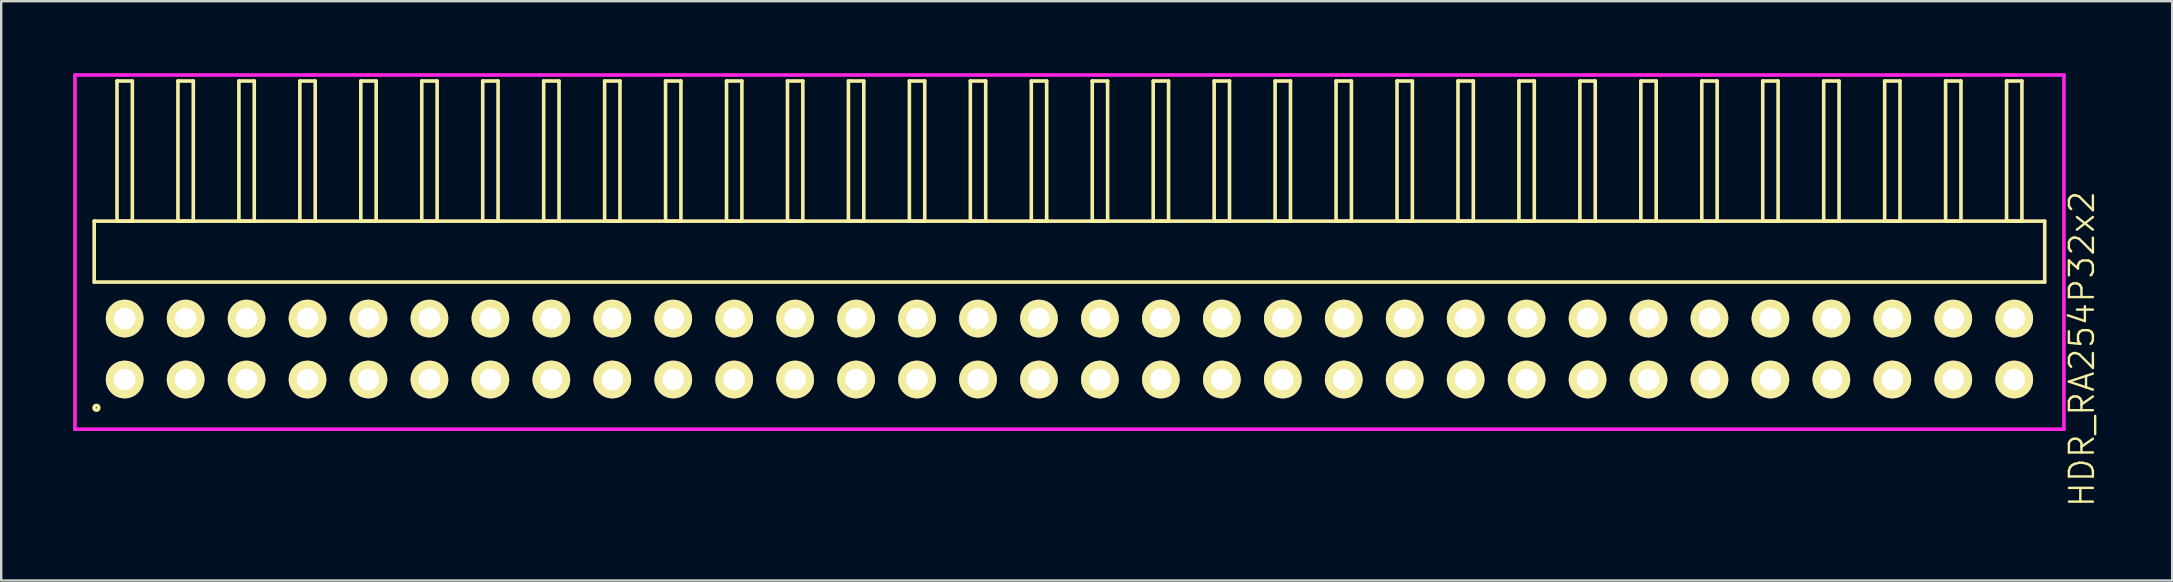
<source format=kicad_pcb>
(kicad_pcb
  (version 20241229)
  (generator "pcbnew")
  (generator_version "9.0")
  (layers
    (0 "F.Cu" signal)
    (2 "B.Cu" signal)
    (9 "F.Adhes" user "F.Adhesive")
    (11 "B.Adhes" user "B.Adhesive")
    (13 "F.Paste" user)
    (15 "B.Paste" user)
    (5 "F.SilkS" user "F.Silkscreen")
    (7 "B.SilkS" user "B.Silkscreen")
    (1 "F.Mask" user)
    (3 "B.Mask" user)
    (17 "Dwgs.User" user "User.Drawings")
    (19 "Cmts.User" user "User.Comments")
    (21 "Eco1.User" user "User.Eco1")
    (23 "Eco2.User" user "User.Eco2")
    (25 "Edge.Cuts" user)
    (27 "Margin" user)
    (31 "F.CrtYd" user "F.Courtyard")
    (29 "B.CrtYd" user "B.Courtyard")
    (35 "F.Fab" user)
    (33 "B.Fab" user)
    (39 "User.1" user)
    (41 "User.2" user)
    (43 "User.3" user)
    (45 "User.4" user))
  (footprint "HDR_RA254P32x2"
    (layer "F.Cu")
    (at 41.515 11.495)
    (property "Reference" "HDR_RA254P32x2" (at 42.19 0 90) (layer "F.SilkS") (effects (font (size 1 1) (thickness 0.1))))
    (attr through_hole)
    (fp_line (start -40.64 -5.33) (end -40.64 -2.79) (stroke (width 0.15) (type solid)) (layer "F.SilkS"))
    (fp_line (start -40.64 -2.79) (end 40.64 -2.79) (stroke (width 0.15) (type solid)) (layer "F.SilkS"))
    (fp_line (start -39.69 -11.17) (end -39.69 -5.33) (stroke (width 0.15) (type solid)) (layer "F.SilkS"))
    (fp_line (start -39.69 -5.33) (end -39.05 -5.33) (stroke (width 0.15) (type solid)) (layer "F.SilkS"))
    (fp_line (start -39.05 -11.17) (end -39.69 -11.17) (stroke (width 0.15) (type solid)) (layer "F.SilkS"))
    (fp_line (start -39.05 -5.33) (end -39.05 -11.17) (stroke (width 0.15) (type solid)) (layer "F.SilkS"))
    (fp_line (start -37.15 -11.17) (end -37.15 -5.33) (stroke (width 0.15) (type solid)) (layer "F.SilkS"))
    (fp_line (start -37.15 -5.33) (end -36.51 -5.33) (stroke (width 0.15) (type solid)) (layer "F.SilkS"))
    (fp_line (start -36.51 -11.17) (end -37.15 -11.17) (stroke (width 0.15) (type solid)) (layer "F.SilkS"))
    (fp_line (start -36.51 -5.33) (end -36.51 -11.17) (stroke (width 0.15) (type solid)) (layer "F.SilkS"))
    (fp_line (start -34.61 -11.17) (end -34.61 -5.33) (stroke (width 0.15) (type solid)) (layer "F.SilkS"))
    (fp_line (start -34.61 -5.33) (end -33.97 -5.33) (stroke (width 0.15) (type solid)) (layer "F.SilkS"))
    (fp_line (start -33.97 -11.17) (end -34.61 -11.17) (stroke (width 0.15) (type solid)) (layer "F.SilkS"))
    (fp_line (start -33.97 -5.33) (end -33.97 -11.17) (stroke (width 0.15) (type solid)) (layer "F.SilkS"))
    (fp_line (start -32.07 -11.17) (end -32.07 -5.33) (stroke (width 0.15) (type solid)) (layer "F.SilkS"))
    (fp_line (start -32.07 -5.33) (end -31.43 -5.33) (stroke (width 0.15) (type solid)) (layer "F.SilkS"))
    (fp_line (start -31.43 -11.17) (end -32.07 -11.17) (stroke (width 0.15) (type solid)) (layer "F.SilkS"))
    (fp_line (start -31.43 -5.33) (end -31.43 -11.17) (stroke (width 0.15) (type solid)) (layer "F.SilkS"))
    (fp_line (start -29.53 -11.17) (end -29.53 -5.33) (stroke (width 0.15) (type solid)) (layer "F.SilkS"))
    (fp_line (start -29.53 -5.33) (end -28.89 -5.33) (stroke (width 0.15) (type solid)) (layer "F.SilkS"))
    (fp_line (start -28.89 -11.17) (end -29.53 -11.17) (stroke (width 0.15) (type solid)) (layer "F.SilkS"))
    (fp_line (start -28.89 -5.33) (end -28.89 -11.17) (stroke (width 0.15) (type solid)) (layer "F.SilkS"))
    (fp_line (start -26.99 -11.17) (end -26.99 -5.33) (stroke (width 0.15) (type solid)) (layer "F.SilkS"))
    (fp_line (start -26.99 -5.33) (end -26.35 -5.33) (stroke (width 0.15) (type solid)) (layer "F.SilkS"))
    (fp_line (start -26.35 -11.17) (end -26.99 -11.17) (stroke (width 0.15) (type solid)) (layer "F.SilkS"))
    (fp_line (start -26.35 -5.33) (end -26.35 -11.17) (stroke (width 0.15) (type solid)) (layer "F.SilkS"))
    (fp_line (start -24.45 -11.17) (end -24.45 -5.33) (stroke (width 0.15) (type solid)) (layer "F.SilkS"))
    (fp_line (start -24.45 -5.33) (end -23.81 -5.33) (stroke (width 0.15) (type solid)) (layer "F.SilkS"))
    (fp_line (start -23.81 -11.17) (end -24.45 -11.17) (stroke (width 0.15) (type solid)) (layer "F.SilkS"))
    (fp_line (start -23.81 -5.33) (end -23.81 -11.17) (stroke (width 0.15) (type solid)) (layer "F.SilkS"))
    (fp_line (start -21.91 -11.17) (end -21.91 -5.33) (stroke (width 0.15) (type solid)) (layer "F.SilkS"))
    (fp_line (start -21.91 -5.33) (end -21.27 -5.33) (stroke (width 0.15) (type solid)) (layer "F.SilkS"))
    (fp_line (start -21.27 -11.17) (end -21.91 -11.17) (stroke (width 0.15) (type solid)) (layer "F.SilkS"))
    (fp_line (start -21.27 -5.33) (end -21.27 -11.17) (stroke (width 0.15) (type solid)) (layer "F.SilkS"))
    (fp_line (start -19.37 -11.17) (end -19.37 -5.33) (stroke (width 0.15) (type solid)) (layer "F.SilkS"))
    (fp_line (start -19.37 -5.33) (end -18.73 -5.33) (stroke (width 0.15) (type solid)) (layer "F.SilkS"))
    (fp_line (start -18.73 -11.17) (end -19.37 -11.17) (stroke (width 0.15) (type solid)) (layer "F.SilkS"))
    (fp_line (start -18.73 -5.33) (end -18.73 -11.17) (stroke (width 0.15) (type solid)) (layer "F.SilkS"))
    (fp_line (start -16.83 -11.17) (end -16.83 -5.33) (stroke (width 0.15) (type solid)) (layer "F.SilkS"))
    (fp_line (start -16.83 -5.33) (end -16.19 -5.33) (stroke (width 0.15) (type solid)) (layer "F.SilkS"))
    (fp_line (start -16.19 -11.17) (end -16.83 -11.17) (stroke (width 0.15) (type solid)) (layer "F.SilkS"))
    (fp_line (start -16.19 -5.33) (end -16.19 -11.17) (stroke (width 0.15) (type solid)) (layer "F.SilkS"))
    (fp_line (start -14.29 -11.17) (end -14.29 -5.33) (stroke (width 0.15) (type solid)) (layer "F.SilkS"))
    (fp_line (start -14.29 -5.33) (end -13.65 -5.33) (stroke (width 0.15) (type solid)) (layer "F.SilkS"))
    (fp_line (start -13.65 -11.17) (end -14.29 -11.17) (stroke (width 0.15) (type solid)) (layer "F.SilkS"))
    (fp_line (start -13.65 -5.33) (end -13.65 -11.17) (stroke (width 0.15) (type solid)) (layer "F.SilkS"))
    (fp_line (start -11.75 -11.17) (end -11.75 -5.33) (stroke (width 0.15) (type solid)) (layer "F.SilkS"))
    (fp_line (start -11.75 -5.33) (end -11.11 -5.33) (stroke (width 0.15) (type solid)) (layer "F.SilkS"))
    (fp_line (start -11.11 -11.17) (end -11.75 -11.17) (stroke (width 0.15) (type solid)) (layer "F.SilkS"))
    (fp_line (start -11.11 -5.33) (end -11.11 -11.17) (stroke (width 0.15) (type solid)) (layer "F.SilkS"))
    (fp_line (start -9.21 -11.17) (end -9.21 -5.33) (stroke (width 0.15) (type solid)) (layer "F.SilkS"))
    (fp_line (start -9.21 -5.33) (end -8.57 -5.33) (stroke (width 0.15) (type solid)) (layer "F.SilkS"))
    (fp_line (start -8.57 -11.17) (end -9.21 -11.17) (stroke (width 0.15) (type solid)) (layer "F.SilkS"))
    (fp_line (start -8.57 -5.33) (end -8.57 -11.17) (stroke (width 0.15) (type solid)) (layer "F.SilkS"))
    (fp_line (start -6.67 -11.17) (end -6.67 -5.33) (stroke (width 0.15) (type solid)) (layer "F.SilkS"))
    (fp_line (start -6.67 -5.33) (end -6.03 -5.33) (stroke (width 0.15) (type solid)) (layer "F.SilkS"))
    (fp_line (start -6.03 -11.17) (end -6.67 -11.17) (stroke (width 0.15) (type solid)) (layer "F.SilkS"))
    (fp_line (start -6.03 -5.33) (end -6.03 -11.17) (stroke (width 0.15) (type solid)) (layer "F.SilkS"))
    (fp_line (start -4.13 -11.17) (end -4.13 -5.33) (stroke (width 0.15) (type solid)) (layer "F.SilkS"))
    (fp_line (start -4.13 -5.33) (end -3.49 -5.33) (stroke (width 0.15) (type solid)) (layer "F.SilkS"))
    (fp_line (start -3.49 -11.17) (end -4.13 -11.17) (stroke (width 0.15) (type solid)) (layer "F.SilkS"))
    (fp_line (start -3.49 -5.33) (end -3.49 -11.17) (stroke (width 0.15) (type solid)) (layer "F.SilkS"))
    (fp_line (start -1.59 -11.17) (end -1.59 -5.33) (stroke (width 0.15) (type solid)) (layer "F.SilkS"))
    (fp_line (start -1.59 -5.33) (end -0.95 -5.33) (stroke (width 0.15) (type solid)) (layer "F.SilkS"))
    (fp_line (start -0.95 -11.17) (end -1.59 -11.17) (stroke (width 0.15) (type solid)) (layer "F.SilkS"))
    (fp_line (start -0.95 -5.33) (end -0.95 -11.17) (stroke (width 0.15) (type solid)) (layer "F.SilkS"))
    (fp_line (start 0.95 -11.17) (end 0.95 -5.33) (stroke (width 0.15) (type solid)) (layer "F.SilkS"))
    (fp_line (start 0.95 -5.33) (end 1.59 -5.33) (stroke (width 0.15) (type solid)) (layer "F.SilkS"))
    (fp_line (start 1.59 -11.17) (end 0.95 -11.17) (stroke (width 0.15) (type solid)) (layer "F.SilkS"))
    (fp_line (start 1.59 -5.33) (end 1.59 -11.17) (stroke (width 0.15) (type solid)) (layer "F.SilkS"))
    (fp_line (start 3.49 -11.17) (end 3.49 -5.33) (stroke (width 0.15) (type solid)) (layer "F.SilkS"))
    (fp_line (start 3.49 -5.33) (end 4.13 -5.33) (stroke (width 0.15) (type solid)) (layer "F.SilkS"))
    (fp_line (start 4.13 -11.17) (end 3.49 -11.17) (stroke (width 0.15) (type solid)) (layer "F.SilkS"))
    (fp_line (start 4.13 -5.33) (end 4.13 -11.17) (stroke (width 0.15) (type solid)) (layer "F.SilkS"))
    (fp_line (start 6.03 -11.17) (end 6.03 -5.33) (stroke (width 0.15) (type solid)) (layer "F.SilkS"))
    (fp_line (start 6.03 -5.33) (end 6.67 -5.33) (stroke (width 0.15) (type solid)) (layer "F.SilkS"))
    (fp_line (start 6.67 -11.17) (end 6.03 -11.17) (stroke (width 0.15) (type solid)) (layer "F.SilkS"))
    (fp_line (start 6.67 -5.33) (end 6.67 -11.17) (stroke (width 0.15) (type solid)) (layer "F.SilkS"))
    (fp_line (start 8.57 -11.17) (end 8.57 -5.33) (stroke (width 0.15) (type solid)) (layer "F.SilkS"))
    (fp_line (start 8.57 -5.33) (end 9.21 -5.33) (stroke (width 0.15) (type solid)) (layer "F.SilkS"))
    (fp_line (start 9.21 -11.17) (end 8.57 -11.17) (stroke (width 0.15) (type solid)) (layer "F.SilkS"))
    (fp_line (start 9.21 -5.33) (end 9.21 -11.17) (stroke (width 0.15) (type solid)) (layer "F.SilkS"))
    (fp_line (start 11.11 -11.17) (end 11.11 -5.33) (stroke (width 0.15) (type solid)) (layer "F.SilkS"))
    (fp_line (start 11.11 -5.33) (end 11.75 -5.33) (stroke (width 0.15) (type solid)) (layer "F.SilkS"))
    (fp_line (start 11.75 -11.17) (end 11.11 -11.17) (stroke (width 0.15) (type solid)) (layer "F.SilkS"))
    (fp_line (start 11.75 -5.33) (end 11.75 -11.17) (stroke (width 0.15) (type solid)) (layer "F.SilkS"))
    (fp_line (start 13.65 -11.17) (end 13.65 -5.33) (stroke (width 0.15) (type solid)) (layer "F.SilkS"))
    (fp_line (start 13.65 -5.33) (end 14.29 -5.33) (stroke (width 0.15) (type solid)) (layer "F.SilkS"))
    (fp_line (start 14.29 -11.17) (end 13.65 -11.17) (stroke (width 0.15) (type solid)) (layer "F.SilkS"))
    (fp_line (start 14.29 -5.33) (end 14.29 -11.17) (stroke (width 0.15) (type solid)) (layer "F.SilkS"))
    (fp_line (start 16.19 -11.17) (end 16.19 -5.33) (stroke (width 0.15) (type solid)) (layer "F.SilkS"))
    (fp_line (start 16.19 -5.33) (end 16.83 -5.33) (stroke (width 0.15) (type solid)) (layer "F.SilkS"))
    (fp_line (start 16.83 -11.17) (end 16.19 -11.17) (stroke (width 0.15) (type solid)) (layer "F.SilkS"))
    (fp_line (start 16.83 -5.33) (end 16.83 -11.17) (stroke (width 0.15) (type solid)) (layer "F.SilkS"))
    (fp_line (start 18.73 -11.17) (end 18.73 -5.33) (stroke (width 0.15) (type solid)) (layer "F.SilkS"))
    (fp_line (start 18.73 -5.33) (end 19.37 -5.33) (stroke (width 0.15) (type solid)) (layer "F.SilkS"))
    (fp_line (start 19.37 -11.17) (end 18.73 -11.17) (stroke (width 0.15) (type solid)) (layer "F.SilkS"))
    (fp_line (start 19.37 -5.33) (end 19.37 -11.17) (stroke (width 0.15) (type solid)) (layer "F.SilkS"))
    (fp_line (start 21.27 -11.17) (end 21.27 -5.33) (stroke (width 0.15) (type solid)) (layer "F.SilkS"))
    (fp_line (start 21.27 -5.33) (end 21.91 -5.33) (stroke (width 0.15) (type solid)) (layer "F.SilkS"))
    (fp_line (start 21.91 -11.17) (end 21.27 -11.17) (stroke (width 0.15) (type solid)) (layer "F.SilkS"))
    (fp_line (start 21.91 -5.33) (end 21.91 -11.17) (stroke (width 0.15) (type solid)) (layer "F.SilkS"))
    (fp_line (start 23.81 -11.17) (end 23.81 -5.33) (stroke (width 0.15) (type solid)) (layer "F.SilkS"))
    (fp_line (start 23.81 -5.33) (end 24.45 -5.33) (stroke (width 0.15) (type solid)) (layer "F.SilkS"))
    (fp_line (start 24.45 -11.17) (end 23.81 -11.17) (stroke (width 0.15) (type solid)) (layer "F.SilkS"))
    (fp_line (start 24.45 -5.33) (end 24.45 -11.17) (stroke (width 0.15) (type solid)) (layer "F.SilkS"))
    (fp_line (start 26.35 -11.17) (end 26.35 -5.33) (stroke (width 0.15) (type solid)) (layer "F.SilkS"))
    (fp_line (start 26.35 -5.33) (end 26.99 -5.33) (stroke (width 0.15) (type solid)) (layer "F.SilkS"))
    (fp_line (start 26.99 -11.17) (end 26.35 -11.17) (stroke (width 0.15) (type solid)) (layer "F.SilkS"))
    (fp_line (start 26.99 -5.33) (end 26.99 -11.17) (stroke (width 0.15) (type solid)) (layer "F.SilkS"))
    (fp_line (start 28.89 -11.17) (end 28.89 -5.33) (stroke (width 0.15) (type solid)) (layer "F.SilkS"))
    (fp_line (start 28.89 -5.33) (end 29.53 -5.33) (stroke (width 0.15) (type solid)) (layer "F.SilkS"))
    (fp_line (start 29.53 -11.17) (end 28.89 -11.17) (stroke (width 0.15) (type solid)) (layer "F.SilkS"))
    (fp_line (start 29.53 -5.33) (end 29.53 -11.17) (stroke (width 0.15) (type solid)) (layer "F.SilkS"))
    (fp_line (start 31.43 -11.17) (end 31.43 -5.33) (stroke (width 0.15) (type solid)) (layer "F.SilkS"))
    (fp_line (start 31.43 -5.33) (end 32.07 -5.33) (stroke (width 0.15) (type solid)) (layer "F.SilkS"))
    (fp_line (start 32.07 -11.17) (end 31.43 -11.17) (stroke (width 0.15) (type solid)) (layer "F.SilkS"))
    (fp_line (start 32.07 -5.33) (end 32.07 -11.17) (stroke (width 0.15) (type solid)) (layer "F.SilkS"))
    (fp_line (start 33.97 -11.17) (end 33.97 -5.33) (stroke (width 0.15) (type solid)) (layer "F.SilkS"))
    (fp_line (start 33.97 -5.33) (end 34.61 -5.33) (stroke (width 0.15) (type solid)) (layer "F.SilkS"))
    (fp_line (start 34.61 -11.17) (end 33.97 -11.17) (stroke (width 0.15) (type solid)) (layer "F.SilkS"))
    (fp_line (start 34.61 -5.33) (end 34.61 -11.17) (stroke (width 0.15) (type solid)) (layer "F.SilkS"))
    (fp_line (start 36.51 -11.17) (end 36.51 -5.33) (stroke (width 0.15) (type solid)) (layer "F.SilkS"))
    (fp_line (start 36.51 -5.33) (end 37.15 -5.33) (stroke (width 0.15) (type solid)) (layer "F.SilkS"))
    (fp_line (start 37.15 -11.17) (end 36.51 -11.17) (stroke (width 0.15) (type solid)) (layer "F.SilkS"))
    (fp_line (start 37.15 -5.33) (end 37.15 -11.17) (stroke (width 0.15) (type solid)) (layer "F.SilkS"))
    (fp_line (start 39.05 -11.17) (end 39.05 -5.33) (stroke (width 0.15) (type solid)) (layer "F.SilkS"))
    (fp_line (start 39.05 -5.33) (end 39.69 -5.33) (stroke (width 0.15) (type solid)) (layer "F.SilkS"))
    (fp_line (start 39.69 -11.17) (end 39.05 -11.17) (stroke (width 0.15) (type solid)) (layer "F.SilkS"))
    (fp_line (start 39.69 -5.33) (end 39.69 -11.17) (stroke (width 0.15) (type solid)) (layer "F.SilkS"))
    (fp_line (start 40.64 -5.33) (end -40.64 -5.33) (stroke (width 0.15) (type solid)) (layer "F.SilkS"))
    (fp_line (start 40.64 -2.79) (end 40.64 -5.33) (stroke (width 0.15) (type solid)) (layer "F.SilkS"))
    (fp_circle (center -40.547 2.448) (end -40.447 2.448) (stroke (width 0.15) (type solid)) (fill no) (layer "F.SilkS"))
    (fp_line (start -41.44 -11.42) (end -41.44 3.34) (stroke (width 0.15) (type solid)) (layer "F.CrtYd"))
    (fp_line (start -41.44 3.34) (end 41.44 3.34) (stroke (width 0.15) (type solid)) (layer "F.CrtYd"))
    (fp_line (start 41.44 -11.42) (end -41.44 -11.42) (stroke (width 0.15) (type solid)) (layer "F.CrtYd"))
    (fp_line (start 41.44 3.34) (end 41.44 -11.42) (stroke (width 0.15) (type solid)) (layer "F.CrtYd"))
    (pad "1" thru_hole oval (at -39.37 1.27) (size 1.57 1.57) (drill 0.9) (layers "*.Cu" "*.Mask" "F.SilkS"))
    (pad "2" thru_hole oval (at -39.37 -1.27) (size 1.57 1.57) (drill 0.9) (layers "*.Cu" "*.Mask" "F.SilkS"))
    (pad "3" thru_hole oval (at -36.83 1.27) (size 1.57 1.57) (drill 0.9) (layers "*.Cu" "*.Mask" "F.SilkS"))
    (pad "4" thru_hole oval (at -36.83 -1.27) (size 1.57 1.57) (drill 0.9) (layers "*.Cu" "*.Mask" "F.SilkS"))
    (pad "5" thru_hole oval (at -34.29 1.27) (size 1.57 1.57) (drill 0.9) (layers "*.Cu" "*.Mask" "F.SilkS"))
    (pad "6" thru_hole oval (at -34.29 -1.27) (size 1.57 1.57) (drill 0.9) (layers "*.Cu" "*.Mask" "F.SilkS"))
    (pad "7" thru_hole oval (at -31.75 1.27) (size 1.57 1.57) (drill 0.9) (layers "*.Cu" "*.Mask" "F.SilkS"))
    (pad "8" thru_hole oval (at -31.75 -1.27) (size 1.57 1.57) (drill 0.9) (layers "*.Cu" "*.Mask" "F.SilkS"))
    (pad "9" thru_hole oval (at -29.21 1.27) (size 1.57 1.57) (drill 0.9) (layers "*.Cu" "*.Mask" "F.SilkS"))
    (pad "10" thru_hole oval (at -29.21 -1.27) (size 1.57 1.57) (drill 0.9) (layers "*.Cu" "*.Mask" "F.SilkS"))
    (pad "11" thru_hole oval (at -26.67 1.27) (size 1.57 1.57) (drill 0.9) (layers "*.Cu" "*.Mask" "F.SilkS"))
    (pad "12" thru_hole oval (at -26.67 -1.27) (size 1.57 1.57) (drill 0.9) (layers "*.Cu" "*.Mask" "F.SilkS"))
    (pad "13" thru_hole oval (at -24.13 1.27) (size 1.57 1.57) (drill 0.9) (layers "*.Cu" "*.Mask" "F.SilkS"))
    (pad "14" thru_hole oval (at -24.13 -1.27) (size 1.57 1.57) (drill 0.9) (layers "*.Cu" "*.Mask" "F.SilkS"))
    (pad "15" thru_hole oval (at -21.59 1.27) (size 1.57 1.57) (drill 0.9) (layers "*.Cu" "*.Mask" "F.SilkS"))
    (pad "16" thru_hole oval (at -21.59 -1.27) (size 1.57 1.57) (drill 0.9) (layers "*.Cu" "*.Mask" "F.SilkS"))
    (pad "17" thru_hole oval (at -19.05 1.27) (size 1.57 1.57) (drill 0.9) (layers "*.Cu" "*.Mask" "F.SilkS"))
    (pad "18" thru_hole oval (at -19.05 -1.27) (size 1.57 1.57) (drill 0.9) (layers "*.Cu" "*.Mask" "F.SilkS"))
    (pad "19" thru_hole oval (at -16.51 1.27) (size 1.57 1.57) (drill 0.9) (layers "*.Cu" "*.Mask" "F.SilkS"))
    (pad "20" thru_hole oval (at -16.51 -1.27) (size 1.57 1.57) (drill 0.9) (layers "*.Cu" "*.Mask" "F.SilkS"))
    (pad "21" thru_hole oval (at -13.97 1.27) (size 1.57 1.57) (drill 0.9) (layers "*.Cu" "*.Mask" "F.SilkS"))
    (pad "22" thru_hole oval (at -13.97 -1.27) (size 1.57 1.57) (drill 0.9) (layers "*.Cu" "*.Mask" "F.SilkS"))
    (pad "23" thru_hole oval (at -11.43 1.27) (size 1.57 1.57) (drill 0.9) (layers "*.Cu" "*.Mask" "F.SilkS"))
    (pad "24" thru_hole oval (at -11.43 -1.27) (size 1.57 1.57) (drill 0.9) (layers "*.Cu" "*.Mask" "F.SilkS"))
    (pad "25" thru_hole oval (at -8.89 1.27) (size 1.57 1.57) (drill 0.9) (layers "*.Cu" "*.Mask" "F.SilkS"))
    (pad "26" thru_hole oval (at -8.89 -1.27) (size 1.57 1.57) (drill 0.9) (layers "*.Cu" "*.Mask" "F.SilkS"))
    (pad "27" thru_hole oval (at -6.35 1.27) (size 1.57 1.57) (drill 0.9) (layers "*.Cu" "*.Mask" "F.SilkS"))
    (pad "28" thru_hole oval (at -6.35 -1.27) (size 1.57 1.57) (drill 0.9) (layers "*.Cu" "*.Mask" "F.SilkS"))
    (pad "29" thru_hole oval (at -3.81 1.27) (size 1.57 1.57) (drill 0.9) (layers "*.Cu" "*.Mask" "F.SilkS"))
    (pad "30" thru_hole oval (at -3.81 -1.27) (size 1.57 1.57) (drill 0.9) (layers "*.Cu" "*.Mask" "F.SilkS"))
    (pad "31" thru_hole oval (at -1.27 1.27) (size 1.57 1.57) (drill 0.9) (layers "*.Cu" "*.Mask" "F.SilkS"))
    (pad "32" thru_hole oval (at -1.27 -1.27) (size 1.57 1.57) (drill 0.9) (layers "*.Cu" "*.Mask" "F.SilkS"))
    (pad "33" thru_hole oval (at 1.27 1.27) (size 1.57 1.57) (drill 0.9) (layers "*.Cu" "*.Mask" "F.SilkS"))
    (pad "34" thru_hole oval (at 1.27 -1.27) (size 1.57 1.57) (drill 0.9) (layers "*.Cu" "*.Mask" "F.SilkS"))
    (pad "35" thru_hole oval (at 3.81 1.27) (size 1.57 1.57) (drill 0.9) (layers "*.Cu" "*.Mask" "F.SilkS"))
    (pad "36" thru_hole oval (at 3.81 -1.27) (size 1.57 1.57) (drill 0.9) (layers "*.Cu" "*.Mask" "F.SilkS"))
    (pad "37" thru_hole oval (at 6.35 1.27) (size 1.57 1.57) (drill 0.9) (layers "*.Cu" "*.Mask" "F.SilkS"))
    (pad "38" thru_hole oval (at 6.35 -1.27) (size 1.57 1.57) (drill 0.9) (layers "*.Cu" "*.Mask" "F.SilkS"))
    (pad "39" thru_hole oval (at 8.89 1.27) (size 1.57 1.57) (drill 0.9) (layers "*.Cu" "*.Mask" "F.SilkS"))
    (pad "40" thru_hole oval (at 8.89 -1.27) (size 1.57 1.57) (drill 0.9) (layers "*.Cu" "*.Mask" "F.SilkS"))
    (pad "41" thru_hole oval (at 11.43 1.27) (size 1.57 1.57) (drill 0.9) (layers "*.Cu" "*.Mask" "F.SilkS"))
    (pad "42" thru_hole oval (at 11.43 -1.27) (size 1.57 1.57) (drill 0.9) (layers "*.Cu" "*.Mask" "F.SilkS"))
    (pad "43" thru_hole oval (at 13.97 1.27) (size 1.57 1.57) (drill 0.9) (layers "*.Cu" "*.Mask" "F.SilkS"))
    (pad "44" thru_hole oval (at 13.97 -1.27) (size 1.57 1.57) (drill 0.9) (layers "*.Cu" "*.Mask" "F.SilkS"))
    (pad "45" thru_hole oval (at 16.51 1.27) (size 1.57 1.57) (drill 0.9) (layers "*.Cu" "*.Mask" "F.SilkS"))
    (pad "46" thru_hole oval (at 16.51 -1.27) (size 1.57 1.57) (drill 0.9) (layers "*.Cu" "*.Mask" "F.SilkS"))
    (pad "47" thru_hole oval (at 19.05 1.27) (size 1.57 1.57) (drill 0.9) (layers "*.Cu" "*.Mask" "F.SilkS"))
    (pad "48" thru_hole oval (at 19.05 -1.27) (size 1.57 1.57) (drill 0.9) (layers "*.Cu" "*.Mask" "F.SilkS"))
    (pad "49" thru_hole oval (at 21.59 1.27) (size 1.57 1.57) (drill 0.9) (layers "*.Cu" "*.Mask" "F.SilkS"))
    (pad "50" thru_hole oval (at 21.59 -1.27) (size 1.57 1.57) (drill 0.9) (layers "*.Cu" "*.Mask" "F.SilkS"))
    (pad "51" thru_hole oval (at 24.13 1.27) (size 1.57 1.57) (drill 0.9) (layers "*.Cu" "*.Mask" "F.SilkS"))
    (pad "52" thru_hole oval (at 24.13 -1.27) (size 1.57 1.57) (drill 0.9) (layers "*.Cu" "*.Mask" "F.SilkS"))
    (pad "53" thru_hole oval (at 26.67 1.27) (size 1.57 1.57) (drill 0.9) (layers "*.Cu" "*.Mask" "F.SilkS"))
    (pad "54" thru_hole oval (at 26.67 -1.27) (size 1.57 1.57) (drill 0.9) (layers "*.Cu" "*.Mask" "F.SilkS"))
    (pad "55" thru_hole oval (at 29.21 1.27) (size 1.57 1.57) (drill 0.9) (layers "*.Cu" "*.Mask" "F.SilkS"))
    (pad "56" thru_hole oval (at 29.21 -1.27) (size 1.57 1.57) (drill 0.9) (layers "*.Cu" "*.Mask" "F.SilkS"))
    (pad "57" thru_hole oval (at 31.75 1.27) (size 1.57 1.57) (drill 0.9) (layers "*.Cu" "*.Mask" "F.SilkS"))
    (pad "58" thru_hole oval (at 31.75 -1.27) (size 1.57 1.57) (drill 0.9) (layers "*.Cu" "*.Mask" "F.SilkS"))
    (pad "59" thru_hole oval (at 34.29 1.27) (size 1.57 1.57) (drill 0.9) (layers "*.Cu" "*.Mask" "F.SilkS"))
    (pad "60" thru_hole oval (at 34.29 -1.27) (size 1.57 1.57) (drill 0.9) (layers "*.Cu" "*.Mask" "F.SilkS"))
    (pad "61" thru_hole oval (at 36.83 1.27) (size 1.57 1.57) (drill 0.9) (layers "*.Cu" "*.Mask" "F.SilkS"))
    (pad "62" thru_hole oval (at 36.83 -1.27) (size 1.57 1.57) (drill 0.9) (layers "*.Cu" "*.Mask" "F.SilkS"))
    (pad "63" thru_hole oval (at 39.37 1.27) (size 1.57 1.57) (drill 0.9) (layers "*.Cu" "*.Mask" "F.SilkS"))
    (pad "64" thru_hole oval (at 39.37 -1.27) (size 1.57 1.57) (drill 0.9) (layers "*.Cu" "*.Mask" "F.SilkS")))
  (gr_rect
    (start -3 -3)
    (end 87.466 21.14)
    (stroke (width 0.1) (type default))
    (fill no)
    (layer "Edge.Cuts")))
</source>
